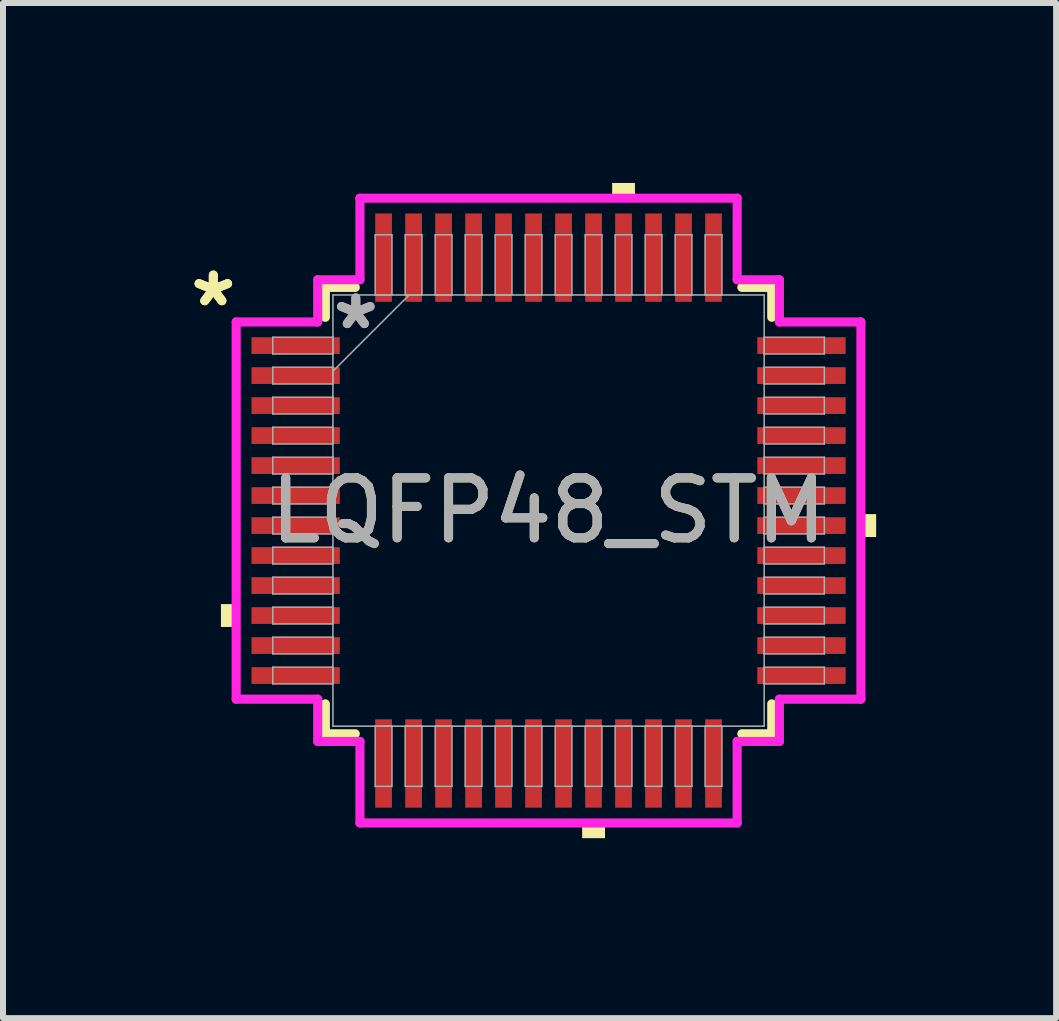
<source format=kicad_pcb>
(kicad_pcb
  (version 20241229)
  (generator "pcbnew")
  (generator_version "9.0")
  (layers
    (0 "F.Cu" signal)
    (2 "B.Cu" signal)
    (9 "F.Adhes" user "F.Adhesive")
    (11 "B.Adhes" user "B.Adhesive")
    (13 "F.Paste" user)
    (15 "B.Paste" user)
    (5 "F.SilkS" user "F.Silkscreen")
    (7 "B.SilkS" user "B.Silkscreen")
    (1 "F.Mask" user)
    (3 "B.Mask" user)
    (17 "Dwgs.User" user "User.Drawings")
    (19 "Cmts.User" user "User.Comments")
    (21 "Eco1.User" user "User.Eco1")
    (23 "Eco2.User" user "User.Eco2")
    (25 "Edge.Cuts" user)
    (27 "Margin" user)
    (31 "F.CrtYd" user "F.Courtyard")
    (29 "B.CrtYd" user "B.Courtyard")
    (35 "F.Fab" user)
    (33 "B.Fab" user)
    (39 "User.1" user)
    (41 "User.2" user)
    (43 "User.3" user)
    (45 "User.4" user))
  (footprint "LQFP48_STM"
    (layer "F.Cu")
    (at 6.094 5.461)
    (property "Reference" "LQFP48_STM" (at 0 0 0) (unlocked yes) (layer "F.SilkS") (effects (font (size 1 1) (thickness 0.15))))
    (attr smd)
    (fp_line (start -3.721 -3.721) (end -3.721 -3.222) (stroke (width 0.152) (type solid)) (layer "F.SilkS"))
    (fp_line (start -3.721 3.222) (end -3.721 3.721) (stroke (width 0.152) (type solid)) (layer "F.SilkS"))
    (fp_line (start -3.721 3.721) (end -3.222 3.721) (stroke (width 0.152) (type solid)) (layer "F.SilkS"))
    (fp_line (start -3.222 -3.721) (end -3.721 -3.721) (stroke (width 0.152) (type solid)) (layer "F.SilkS"))
    (fp_line (start 3.222 3.721) (end 3.721 3.721) (stroke (width 0.152) (type solid)) (layer "F.SilkS"))
    (fp_line (start 3.721 -3.721) (end 3.222 -3.721) (stroke (width 0.152) (type solid)) (layer "F.SilkS"))
    (fp_line (start 3.721 -3.222) (end 3.721 -3.721) (stroke (width 0.152) (type solid)) (layer "F.SilkS"))
    (fp_line (start 3.721 3.721) (end 3.721 3.222) (stroke (width 0.152) (type solid)) (layer "F.SilkS"))
    (fp_poly (pts (xy -5.461 1.559) (xy -5.461 1.94) (xy -5.207 1.94) (xy -5.207 1.559)) (stroke (width 0) (type solid)) (fill yes) (layer "F.SilkS"))
    (fp_poly (pts (xy 0.56 5.207) (xy 0.56 5.461) (xy 0.941 5.461) (xy 0.941 5.207)) (stroke (width 0) (type solid)) (fill yes) (layer "F.SilkS"))
    (fp_poly (pts (xy 1.06 -5.207) (xy 1.06 -5.461) (xy 1.44 -5.461) (xy 1.44 -5.207)) (stroke (width 0) (type solid)) (fill yes) (layer "F.SilkS"))
    (fp_poly (pts (xy 5.461 0.059) (xy 5.461 0.441) (xy 5.207 0.441) (xy 5.207 0.059)) (stroke (width 0) (type solid)) (fill yes) (layer "F.SilkS"))
    (fp_line (start -5.207 -3.144) (end -3.848 -3.144) (stroke (width 0.152) (type solid)) (layer "F.CrtYd"))
    (fp_line (start -5.207 3.144) (end -5.207 -3.144) (stroke (width 0.152) (type solid)) (layer "F.CrtYd"))
    (fp_line (start -3.848 -3.848) (end -3.144 -3.848) (stroke (width 0.152) (type solid)) (layer "F.CrtYd"))
    (fp_line (start -3.848 -3.144) (end -3.848 -3.848) (stroke (width 0.152) (type solid)) (layer "F.CrtYd"))
    (fp_line (start -3.848 3.144) (end -5.207 3.144) (stroke (width 0.152) (type solid)) (layer "F.CrtYd"))
    (fp_line (start -3.848 3.848) (end -3.848 3.144) (stroke (width 0.152) (type solid)) (layer "F.CrtYd"))
    (fp_line (start -3.848 3.848) (end -3.144 3.848) (stroke (width 0.152) (type solid)) (layer "F.CrtYd"))
    (fp_line (start -3.144 -5.207) (end 3.144 -5.207) (stroke (width 0.152) (type solid)) (layer "F.CrtYd"))
    (fp_line (start -3.144 -3.848) (end -3.144 -5.207) (stroke (width 0.152) (type solid)) (layer "F.CrtYd"))
    (fp_line (start -3.144 3.848) (end -3.144 5.207) (stroke (width 0.152) (type solid)) (layer "F.CrtYd"))
    (fp_line (start -3.144 5.207) (end 3.144 5.207) (stroke (width 0.152) (type solid)) (layer "F.CrtYd"))
    (fp_line (start 3.144 -5.207) (end 3.144 -3.848) (stroke (width 0.152) (type solid)) (layer "F.CrtYd"))
    (fp_line (start 3.144 -3.848) (end 3.848 -3.848) (stroke (width 0.152) (type solid)) (layer "F.CrtYd"))
    (fp_line (start 3.144 3.848) (end 3.848 3.848) (stroke (width 0.152) (type solid)) (layer "F.CrtYd"))
    (fp_line (start 3.144 5.207) (end 3.144 3.848) (stroke (width 0.152) (type solid)) (layer "F.CrtYd"))
    (fp_line (start 3.848 -3.144) (end 3.848 -3.848) (stroke (width 0.152) (type solid)) (layer "F.CrtYd"))
    (fp_line (start 3.848 3.144) (end 5.207 3.144) (stroke (width 0.152) (type solid)) (layer "F.CrtYd"))
    (fp_line (start 3.848 3.848) (end 3.848 3.144) (stroke (width 0.152) (type solid)) (layer "F.CrtYd"))
    (fp_line (start 5.207 -3.144) (end 3.848 -3.144) (stroke (width 0.152) (type solid)) (layer "F.CrtYd"))
    (fp_line (start 5.207 3.144) (end 5.207 -3.144) (stroke (width 0.152) (type solid)) (layer "F.CrtYd"))
    (fp_line (start -4.597 -2.89) (end -4.597 -2.61) (stroke (width 0.025) (type solid)) (layer "F.Fab"))
    (fp_line (start -4.597 -2.61) (end -3.594 -2.61) (stroke (width 0.025) (type solid)) (layer "F.Fab"))
    (fp_line (start -4.597 -2.39) (end -4.597 -2.11) (stroke (width 0.025) (type solid)) (layer "F.Fab"))
    (fp_line (start -4.597 -2.11) (end -3.594 -2.11) (stroke (width 0.025) (type solid)) (layer "F.Fab"))
    (fp_line (start -4.597 -1.89) (end -4.597 -1.61) (stroke (width 0.025) (type solid)) (layer "F.Fab"))
    (fp_line (start -4.597 -1.61) (end -3.594 -1.61) (stroke (width 0.025) (type solid)) (layer "F.Fab"))
    (fp_line (start -4.597 -1.39) (end -4.597 -1.11) (stroke (width 0.025) (type solid)) (layer "F.Fab"))
    (fp_line (start -4.597 -1.11) (end -3.594 -1.11) (stroke (width 0.025) (type solid)) (layer "F.Fab"))
    (fp_line (start -4.597 -0.89) (end -4.597 -0.61) (stroke (width 0.025) (type solid)) (layer "F.Fab"))
    (fp_line (start -4.597 -0.61) (end -3.594 -0.61) (stroke (width 0.025) (type solid)) (layer "F.Fab"))
    (fp_line (start -4.597 -0.39) (end -4.597 -0.11) (stroke (width 0.025) (type solid)) (layer "F.Fab"))
    (fp_line (start -4.597 -0.11) (end -3.594 -0.11) (stroke (width 0.025) (type solid)) (layer "F.Fab"))
    (fp_line (start -4.597 0.11) (end -4.597 0.39) (stroke (width 0.025) (type solid)) (layer "F.Fab"))
    (fp_line (start -4.597 0.39) (end -3.594 0.39) (stroke (width 0.025) (type solid)) (layer "F.Fab"))
    (fp_line (start -4.597 0.61) (end -4.597 0.89) (stroke (width 0.025) (type solid)) (layer "F.Fab"))
    (fp_line (start -4.597 0.89) (end -3.594 0.89) (stroke (width 0.025) (type solid)) (layer "F.Fab"))
    (fp_line (start -4.597 1.11) (end -4.597 1.39) (stroke (width 0.025) (type solid)) (layer "F.Fab"))
    (fp_line (start -4.597 1.39) (end -3.594 1.39) (stroke (width 0.025) (type solid)) (layer "F.Fab"))
    (fp_line (start -4.597 1.61) (end -4.597 1.89) (stroke (width 0.025) (type solid)) (layer "F.Fab"))
    (fp_line (start -4.597 1.89) (end -3.594 1.89) (stroke (width 0.025) (type solid)) (layer "F.Fab"))
    (fp_line (start -4.597 2.11) (end -4.597 2.39) (stroke (width 0.025) (type solid)) (layer "F.Fab"))
    (fp_line (start -4.597 2.39) (end -3.594 2.39) (stroke (width 0.025) (type solid)) (layer "F.Fab"))
    (fp_line (start -4.597 2.61) (end -4.597 2.89) (stroke (width 0.025) (type solid)) (layer "F.Fab"))
    (fp_line (start -4.597 2.89) (end -3.594 2.89) (stroke (width 0.025) (type solid)) (layer "F.Fab"))
    (fp_line (start -3.594 -3.594) (end -3.594 3.594) (stroke (width 0.025) (type solid)) (layer "F.Fab"))
    (fp_line (start -3.594 -2.89) (end -4.597 -2.89) (stroke (width 0.025) (type solid)) (layer "F.Fab"))
    (fp_line (start -3.594 -2.61) (end -3.594 -2.89) (stroke (width 0.025) (type solid)) (layer "F.Fab"))
    (fp_line (start -3.594 -2.39) (end -4.597 -2.39) (stroke (width 0.025) (type solid)) (layer "F.Fab"))
    (fp_line (start -3.594 -2.324) (end -2.324 -3.594) (stroke (width 0.025) (type solid)) (layer "F.Fab"))
    (fp_line (start -3.594 -2.11) (end -3.594 -2.39) (stroke (width 0.025) (type solid)) (layer "F.Fab"))
    (fp_line (start -3.594 -1.89) (end -4.597 -1.89) (stroke (width 0.025) (type solid)) (layer "F.Fab"))
    (fp_line (start -3.594 -1.61) (end -3.594 -1.89) (stroke (width 0.025) (type solid)) (layer "F.Fab"))
    (fp_line (start -3.594 -1.39) (end -4.597 -1.39) (stroke (width 0.025) (type solid)) (layer "F.Fab"))
    (fp_line (start -3.594 -1.11) (end -3.594 -1.39) (stroke (width 0.025) (type solid)) (layer "F.Fab"))
    (fp_line (start -3.594 -0.89) (end -4.597 -0.89) (stroke (width 0.025) (type solid)) (layer "F.Fab"))
    (fp_line (start -3.594 -0.61) (end -3.594 -0.89) (stroke (width 0.025) (type solid)) (layer "F.Fab"))
    (fp_line (start -3.594 -0.39) (end -4.597 -0.39) (stroke (width 0.025) (type solid)) (layer "F.Fab"))
    (fp_line (start -3.594 -0.11) (end -3.594 -0.39) (stroke (width 0.025) (type solid)) (layer "F.Fab"))
    (fp_line (start -3.594 0.11) (end -4.597 0.11) (stroke (width 0.025) (type solid)) (layer "F.Fab"))
    (fp_line (start -3.594 0.39) (end -3.594 0.11) (stroke (width 0.025) (type solid)) (layer "F.Fab"))
    (fp_line (start -3.594 0.61) (end -4.597 0.61) (stroke (width 0.025) (type solid)) (layer "F.Fab"))
    (fp_line (start -3.594 0.89) (end -3.594 0.61) (stroke (width 0.025) (type solid)) (layer "F.Fab"))
    (fp_line (start -3.594 1.11) (end -4.597 1.11) (stroke (width 0.025) (type solid)) (layer "F.Fab"))
    (fp_line (start -3.594 1.39) (end -3.594 1.11) (stroke (width 0.025) (type solid)) (layer "F.Fab"))
    (fp_line (start -3.594 1.61) (end -4.597 1.61) (stroke (width 0.025) (type solid)) (layer "F.Fab"))
    (fp_line (start -3.594 1.89) (end -3.594 1.61) (stroke (width 0.025) (type solid)) (layer "F.Fab"))
    (fp_line (start -3.594 2.11) (end -4.597 2.11) (stroke (width 0.025) (type solid)) (layer "F.Fab"))
    (fp_line (start -3.594 2.39) (end -3.594 2.11) (stroke (width 0.025) (type solid)) (layer "F.Fab"))
    (fp_line (start -3.594 2.61) (end -4.597 2.61) (stroke (width 0.025) (type solid)) (layer "F.Fab"))
    (fp_line (start -3.594 2.89) (end -3.594 2.61) (stroke (width 0.025) (type solid)) (layer "F.Fab"))
    (fp_line (start -3.594 3.594) (end 3.594 3.594) (stroke (width 0.025) (type solid)) (layer "F.Fab"))
    (fp_line (start -2.89 -4.597) (end -2.89 -3.594) (stroke (width 0.025) (type solid)) (layer "F.Fab"))
    (fp_line (start -2.89 -3.594) (end -2.61 -3.594) (stroke (width 0.025) (type solid)) (layer "F.Fab"))
    (fp_line (start -2.89 3.594) (end -2.89 4.597) (stroke (width 0.025) (type solid)) (layer "F.Fab"))
    (fp_line (start -2.89 4.597) (end -2.61 4.597) (stroke (width 0.025) (type solid)) (layer "F.Fab"))
    (fp_line (start -2.61 -4.597) (end -2.89 -4.597) (stroke (width 0.025) (type solid)) (layer "F.Fab"))
    (fp_line (start -2.61 -3.594) (end -2.61 -4.597) (stroke (width 0.025) (type solid)) (layer "F.Fab"))
    (fp_line (start -2.61 3.594) (end -2.89 3.594) (stroke (width 0.025) (type solid)) (layer "F.Fab"))
    (fp_line (start -2.61 4.597) (end -2.61 3.594) (stroke (width 0.025) (type solid)) (layer "F.Fab"))
    (fp_line (start -2.39 -4.597) (end -2.39 -3.594) (stroke (width 0.025) (type solid)) (layer "F.Fab"))
    (fp_line (start -2.39 -3.594) (end -2.11 -3.594) (stroke (width 0.025) (type solid)) (layer "F.Fab"))
    (fp_line (start -2.39 3.594) (end -2.39 4.597) (stroke (width 0.025) (type solid)) (layer "F.Fab"))
    (fp_line (start -2.39 4.597) (end -2.11 4.597) (stroke (width 0.025) (type solid)) (layer "F.Fab"))
    (fp_line (start -2.11 -4.597) (end -2.39 -4.597) (stroke (width 0.025) (type solid)) (layer "F.Fab"))
    (fp_line (start -2.11 -3.594) (end -2.11 -4.597) (stroke (width 0.025) (type solid)) (layer "F.Fab"))
    (fp_line (start -2.11 3.594) (end -2.39 3.594) (stroke (width 0.025) (type solid)) (layer "F.Fab"))
    (fp_line (start -2.11 4.597) (end -2.11 3.594) (stroke (width 0.025) (type solid)) (layer "F.Fab"))
    (fp_line (start -1.89 -4.597) (end -1.89 -3.594) (stroke (width 0.025) (type solid)) (layer "F.Fab"))
    (fp_line (start -1.89 -3.594) (end -1.61 -3.594) (stroke (width 0.025) (type solid)) (layer "F.Fab"))
    (fp_line (start -1.89 3.594) (end -1.89 4.597) (stroke (width 0.025) (type solid)) (layer "F.Fab"))
    (fp_line (start -1.89 4.597) (end -1.61 4.597) (stroke (width 0.025) (type solid)) (layer "F.Fab"))
    (fp_line (start -1.61 -4.597) (end -1.89 -4.597) (stroke (width 0.025) (type solid)) (layer "F.Fab"))
    (fp_line (start -1.61 -3.594) (end -1.61 -4.597) (stroke (width 0.025) (type solid)) (layer "F.Fab"))
    (fp_line (start -1.61 3.594) (end -1.89 3.594) (stroke (width 0.025) (type solid)) (layer "F.Fab"))
    (fp_line (start -1.61 4.597) (end -1.61 3.594) (stroke (width 0.025) (type solid)) (layer "F.Fab"))
    (fp_line (start -1.39 -4.597) (end -1.39 -3.594) (stroke (width 0.025) (type solid)) (layer "F.Fab"))
    (fp_line (start -1.39 -3.594) (end -1.11 -3.594) (stroke (width 0.025) (type solid)) (layer "F.Fab"))
    (fp_line (start -1.39 3.594) (end -1.39 4.597) (stroke (width 0.025) (type solid)) (layer "F.Fab"))
    (fp_line (start -1.39 4.597) (end -1.11 4.597) (stroke (width 0.025) (type solid)) (layer "F.Fab"))
    (fp_line (start -1.11 -4.597) (end -1.39 -4.597) (stroke (width 0.025) (type solid)) (layer "F.Fab"))
    (fp_line (start -1.11 -3.594) (end -1.11 -4.597) (stroke (width 0.025) (type solid)) (layer "F.Fab"))
    (fp_line (start -1.11 3.594) (end -1.39 3.594) (stroke (width 0.025) (type solid)) (layer "F.Fab"))
    (fp_line (start -1.11 4.597) (end -1.11 3.594) (stroke (width 0.025) (type solid)) (layer "F.Fab"))
    (fp_line (start -0.89 -4.597) (end -0.89 -3.594) (stroke (width 0.025) (type solid)) (layer "F.Fab"))
    (fp_line (start -0.89 -3.594) (end -0.61 -3.594) (stroke (width 0.025) (type solid)) (layer "F.Fab"))
    (fp_line (start -0.89 3.594) (end -0.89 4.597) (stroke (width 0.025) (type solid)) (layer "F.Fab"))
    (fp_line (start -0.89 4.597) (end -0.61 4.597) (stroke (width 0.025) (type solid)) (layer "F.Fab"))
    (fp_line (start -0.61 -4.597) (end -0.89 -4.597) (stroke (width 0.025) (type solid)) (layer "F.Fab"))
    (fp_line (start -0.61 -3.594) (end -0.61 -4.597) (stroke (width 0.025) (type solid)) (layer "F.Fab"))
    (fp_line (start -0.61 3.594) (end -0.89 3.594) (stroke (width 0.025) (type solid)) (layer "F.Fab"))
    (fp_line (start -0.61 4.597) (end -0.61 3.594) (stroke (width 0.025) (type solid)) (layer "F.Fab"))
    (fp_line (start -0.39 -4.597) (end -0.39 -3.594) (stroke (width 0.025) (type solid)) (layer "F.Fab"))
    (fp_line (start -0.39 -3.594) (end -0.11 -3.594) (stroke (width 0.025) (type solid)) (layer "F.Fab"))
    (fp_line (start -0.39 3.594) (end -0.39 4.597) (stroke (width 0.025) (type solid)) (layer "F.Fab"))
    (fp_line (start -0.39 4.597) (end -0.11 4.597) (stroke (width 0.025) (type solid)) (layer "F.Fab"))
    (fp_line (start -0.11 -4.597) (end -0.39 -4.597) (stroke (width 0.025) (type solid)) (layer "F.Fab"))
    (fp_line (start -0.11 -3.594) (end -0.11 -4.597) (stroke (width 0.025) (type solid)) (layer "F.Fab"))
    (fp_line (start -0.11 3.594) (end -0.39 3.594) (stroke (width 0.025) (type solid)) (layer "F.Fab"))
    (fp_line (start -0.11 4.597) (end -0.11 3.594) (stroke (width 0.025) (type solid)) (layer "F.Fab"))
    (fp_line (start 0.11 -4.597) (end 0.11 -3.594) (stroke (width 0.025) (type solid)) (layer "F.Fab"))
    (fp_line (start 0.11 -3.594) (end 0.39 -3.594) (stroke (width 0.025) (type solid)) (layer "F.Fab"))
    (fp_line (start 0.11 3.594) (end 0.11 4.597) (stroke (width 0.025) (type solid)) (layer "F.Fab"))
    (fp_line (start 0.11 4.597) (end 0.39 4.597) (stroke (width 0.025) (type solid)) (layer "F.Fab"))
    (fp_line (start 0.39 -4.597) (end 0.11 -4.597) (stroke (width 0.025) (type solid)) (layer "F.Fab"))
    (fp_line (start 0.39 -3.594) (end 0.39 -4.597) (stroke (width 0.025) (type solid)) (layer "F.Fab"))
    (fp_line (start 0.39 3.594) (end 0.11 3.594) (stroke (width 0.025) (type solid)) (layer "F.Fab"))
    (fp_line (start 0.39 4.597) (end 0.39 3.594) (stroke (width 0.025) (type solid)) (layer "F.Fab"))
    (fp_line (start 0.61 -4.597) (end 0.61 -3.594) (stroke (width 0.025) (type solid)) (layer "F.Fab"))
    (fp_line (start 0.61 -3.594) (end 0.89 -3.594) (stroke (width 0.025) (type solid)) (layer "F.Fab"))
    (fp_line (start 0.61 3.594) (end 0.61 4.597) (stroke (width 0.025) (type solid)) (layer "F.Fab"))
    (fp_line (start 0.61 4.597) (end 0.89 4.597) (stroke (width 0.025) (type solid)) (layer "F.Fab"))
    (fp_line (start 0.89 -4.597) (end 0.61 -4.597) (stroke (width 0.025) (type solid)) (layer "F.Fab"))
    (fp_line (start 0.89 -3.594) (end 0.89 -4.597) (stroke (width 0.025) (type solid)) (layer "F.Fab"))
    (fp_line (start 0.89 3.594) (end 0.61 3.594) (stroke (width 0.025) (type solid)) (layer "F.Fab"))
    (fp_line (start 0.89 4.597) (end 0.89 3.594) (stroke (width 0.025) (type solid)) (layer "F.Fab"))
    (fp_line (start 1.11 -4.597) (end 1.11 -3.594) (stroke (width 0.025) (type solid)) (layer "F.Fab"))
    (fp_line (start 1.11 -3.594) (end 1.39 -3.594) (stroke (width 0.025) (type solid)) (layer "F.Fab"))
    (fp_line (start 1.11 3.594) (end 1.11 4.597) (stroke (width 0.025) (type solid)) (layer "F.Fab"))
    (fp_line (start 1.11 4.597) (end 1.39 4.597) (stroke (width 0.025) (type solid)) (layer "F.Fab"))
    (fp_line (start 1.39 -4.597) (end 1.11 -4.597) (stroke (width 0.025) (type solid)) (layer "F.Fab"))
    (fp_line (start 1.39 -3.594) (end 1.39 -4.597) (stroke (width 0.025) (type solid)) (layer "F.Fab"))
    (fp_line (start 1.39 3.594) (end 1.11 3.594) (stroke (width 0.025) (type solid)) (layer "F.Fab"))
    (fp_line (start 1.39 4.597) (end 1.39 3.594) (stroke (width 0.025) (type solid)) (layer "F.Fab"))
    (fp_line (start 1.61 -4.597) (end 1.61 -3.594) (stroke (width 0.025) (type solid)) (layer "F.Fab"))
    (fp_line (start 1.61 -3.594) (end 1.89 -3.594) (stroke (width 0.025) (type solid)) (layer "F.Fab"))
    (fp_line (start 1.61 3.594) (end 1.61 4.597) (stroke (width 0.025) (type solid)) (layer "F.Fab"))
    (fp_line (start 1.61 4.597) (end 1.89 4.597) (stroke (width 0.025) (type solid)) (layer "F.Fab"))
    (fp_line (start 1.89 -4.597) (end 1.61 -4.597) (stroke (width 0.025) (type solid)) (layer "F.Fab"))
    (fp_line (start 1.89 -3.594) (end 1.89 -4.597) (stroke (width 0.025) (type solid)) (layer "F.Fab"))
    (fp_line (start 1.89 3.594) (end 1.61 3.594) (stroke (width 0.025) (type solid)) (layer "F.Fab"))
    (fp_line (start 1.89 4.597) (end 1.89 3.594) (stroke (width 0.025) (type solid)) (layer "F.Fab"))
    (fp_line (start 2.11 -4.597) (end 2.11 -3.594) (stroke (width 0.025) (type solid)) (layer "F.Fab"))
    (fp_line (start 2.11 -3.594) (end 2.39 -3.594) (stroke (width 0.025) (type solid)) (layer "F.Fab"))
    (fp_line (start 2.11 3.594) (end 2.11 4.597) (stroke (width 0.025) (type solid)) (layer "F.Fab"))
    (fp_line (start 2.11 4.597) (end 2.39 4.597) (stroke (width 0.025) (type solid)) (layer "F.Fab"))
    (fp_line (start 2.39 -4.597) (end 2.11 -4.597) (stroke (width 0.025) (type solid)) (layer "F.Fab"))
    (fp_line (start 2.39 -3.594) (end 2.39 -4.597) (stroke (width 0.025) (type solid)) (layer "F.Fab"))
    (fp_line (start 2.39 3.594) (end 2.11 3.594) (stroke (width 0.025) (type solid)) (layer "F.Fab"))
    (fp_line (start 2.39 4.597) (end 2.39 3.594) (stroke (width 0.025) (type solid)) (layer "F.Fab"))
    (fp_line (start 2.61 -4.597) (end 2.61 -3.594) (stroke (width 0.025) (type solid)) (layer "F.Fab"))
    (fp_line (start 2.61 -3.594) (end 2.89 -3.594) (stroke (width 0.025) (type solid)) (layer "F.Fab"))
    (fp_line (start 2.61 3.594) (end 2.61 4.597) (stroke (width 0.025) (type solid)) (layer "F.Fab"))
    (fp_line (start 2.61 4.597) (end 2.89 4.597) (stroke (width 0.025) (type solid)) (layer "F.Fab"))
    (fp_line (start 2.89 -4.597) (end 2.61 -4.597) (stroke (width 0.025) (type solid)) (layer "F.Fab"))
    (fp_line (start 2.89 -3.594) (end 2.89 -4.597) (stroke (width 0.025) (type solid)) (layer "F.Fab"))
    (fp_line (start 2.89 3.594) (end 2.61 3.594) (stroke (width 0.025) (type solid)) (layer "F.Fab"))
    (fp_line (start 2.89 4.597) (end 2.89 3.594) (stroke (width 0.025) (type solid)) (layer "F.Fab"))
    (fp_line (start 3.594 -3.594) (end -3.594 -3.594) (stroke (width 0.025) (type solid)) (layer "F.Fab"))
    (fp_line (start 3.594 -2.89) (end 3.594 -2.61) (stroke (width 0.025) (type solid)) (layer "F.Fab"))
    (fp_line (start 3.594 -2.61) (end 4.597 -2.61) (stroke (width 0.025) (type solid)) (layer "F.Fab"))
    (fp_line (start 3.594 -2.39) (end 3.594 -2.11) (stroke (width 0.025) (type solid)) (layer "F.Fab"))
    (fp_line (start 3.594 -2.11) (end 4.597 -2.11) (stroke (width 0.025) (type solid)) (layer "F.Fab"))
    (fp_line (start 3.594 -1.89) (end 3.594 -1.61) (stroke (width 0.025) (type solid)) (layer "F.Fab"))
    (fp_line (start 3.594 -1.61) (end 4.597 -1.61) (stroke (width 0.025) (type solid)) (layer "F.Fab"))
    (fp_line (start 3.594 -1.39) (end 3.594 -1.11) (stroke (width 0.025) (type solid)) (layer "F.Fab"))
    (fp_line (start 3.594 -1.11) (end 4.597 -1.11) (stroke (width 0.025) (type solid)) (layer "F.Fab"))
    (fp_line (start 3.594 -0.89) (end 3.594 -0.61) (stroke (width 0.025) (type solid)) (layer "F.Fab"))
    (fp_line (start 3.594 -0.61) (end 4.597 -0.61) (stroke (width 0.025) (type solid)) (layer "F.Fab"))
    (fp_line (start 3.594 -0.39) (end 3.594 -0.11) (stroke (width 0.025) (type solid)) (layer "F.Fab"))
    (fp_line (start 3.594 -0.11) (end 4.597 -0.11) (stroke (width 0.025) (type solid)) (layer "F.Fab"))
    (fp_line (start 3.594 0.11) (end 3.594 0.39) (stroke (width 0.025) (type solid)) (layer "F.Fab"))
    (fp_line (start 3.594 0.39) (end 4.597 0.39) (stroke (width 0.025) (type solid)) (layer "F.Fab"))
    (fp_line (start 3.594 0.61) (end 3.594 0.89) (stroke (width 0.025) (type solid)) (layer "F.Fab"))
    (fp_line (start 3.594 0.89) (end 4.597 0.89) (stroke (width 0.025) (type solid)) (layer "F.Fab"))
    (fp_line (start 3.594 1.11) (end 3.594 1.39) (stroke (width 0.025) (type solid)) (layer "F.Fab"))
    (fp_line (start 3.594 1.39) (end 4.597 1.39) (stroke (width 0.025) (type solid)) (layer "F.Fab"))
    (fp_line (start 3.594 1.61) (end 3.594 1.89) (stroke (width 0.025) (type solid)) (layer "F.Fab"))
    (fp_line (start 3.594 1.89) (end 4.597 1.89) (stroke (width 0.025) (type solid)) (layer "F.Fab"))
    (fp_line (start 3.594 2.11) (end 3.594 2.39) (stroke (width 0.025) (type solid)) (layer "F.Fab"))
    (fp_line (start 3.594 2.39) (end 4.597 2.39) (stroke (width 0.025) (type solid)) (layer "F.Fab"))
    (fp_line (start 3.594 2.61) (end 3.594 2.89) (stroke (width 0.025) (type solid)) (layer "F.Fab"))
    (fp_line (start 3.594 2.89) (end 4.597 2.89) (stroke (width 0.025) (type solid)) (layer "F.Fab"))
    (fp_line (start 3.594 3.594) (end 3.594 -3.594) (stroke (width 0.025) (type solid)) (layer "F.Fab"))
    (fp_line (start 4.597 -2.89) (end 3.594 -2.89) (stroke (width 0.025) (type solid)) (layer "F.Fab"))
    (fp_line (start 4.597 -2.61) (end 4.597 -2.89) (stroke (width 0.025) (type solid)) (layer "F.Fab"))
    (fp_line (start 4.597 -2.39) (end 3.594 -2.39) (stroke (width 0.025) (type solid)) (layer "F.Fab"))
    (fp_line (start 4.597 -2.11) (end 4.597 -2.39) (stroke (width 0.025) (type solid)) (layer "F.Fab"))
    (fp_line (start 4.597 -1.89) (end 3.594 -1.89) (stroke (width 0.025) (type solid)) (layer "F.Fab"))
    (fp_line (start 4.597 -1.61) (end 4.597 -1.89) (stroke (width 0.025) (type solid)) (layer "F.Fab"))
    (fp_line (start 4.597 -1.39) (end 3.594 -1.39) (stroke (width 0.025) (type solid)) (layer "F.Fab"))
    (fp_line (start 4.597 -1.11) (end 4.597 -1.39) (stroke (width 0.025) (type solid)) (layer "F.Fab"))
    (fp_line (start 4.597 -0.89) (end 3.594 -0.89) (stroke (width 0.025) (type solid)) (layer "F.Fab"))
    (fp_line (start 4.597 -0.61) (end 4.597 -0.89) (stroke (width 0.025) (type solid)) (layer "F.Fab"))
    (fp_line (start 4.597 -0.39) (end 3.594 -0.39) (stroke (width 0.025) (type solid)) (layer "F.Fab"))
    (fp_line (start 4.597 -0.11) (end 4.597 -0.39) (stroke (width 0.025) (type solid)) (layer "F.Fab"))
    (fp_line (start 4.597 0.11) (end 3.594 0.11) (stroke (width 0.025) (type solid)) (layer "F.Fab"))
    (fp_line (start 4.597 0.39) (end 4.597 0.11) (stroke (width 0.025) (type solid)) (layer "F.Fab"))
    (fp_line (start 4.597 0.61) (end 3.594 0.61) (stroke (width 0.025) (type solid)) (layer "F.Fab"))
    (fp_line (start 4.597 0.89) (end 4.597 0.61) (stroke (width 0.025) (type solid)) (layer "F.Fab"))
    (fp_line (start 4.597 1.11) (end 3.594 1.11) (stroke (width 0.025) (type solid)) (layer "F.Fab"))
    (fp_line (start 4.597 1.39) (end 4.597 1.11) (stroke (width 0.025) (type solid)) (layer "F.Fab"))
    (fp_line (start 4.597 1.61) (end 3.594 1.61) (stroke (width 0.025) (type solid)) (layer "F.Fab"))
    (fp_line (start 4.597 1.89) (end 4.597 1.61) (stroke (width 0.025) (type solid)) (layer "F.Fab"))
    (fp_line (start 4.597 2.11) (end 3.594 2.11) (stroke (width 0.025) (type solid)) (layer "F.Fab"))
    (fp_line (start 4.597 2.39) (end 4.597 2.11) (stroke (width 0.025) (type solid)) (layer "F.Fab"))
    (fp_line (start 4.597 2.61) (end 3.594 2.61) (stroke (width 0.025) (type solid)) (layer "F.Fab"))
    (fp_line (start 4.597 2.89) (end 4.597 2.61) (stroke (width 0.025) (type solid)) (layer "F.Fab"))
    (fp_text user "*" (at -5.588 -3.381 0) (unlocked yes) (layer "F.SilkS") (effects (font (size 1 1) (thickness 0.15))))
    (fp_text user "*" (at -5.588 -3.381 0) (layer "F.SilkS") (effects (font (size 1 1) (thickness 0.15))))
    (fp_text user "${REFERENCE}" (at 0 0 0) (unlocked yes) (layer "F.Fab") (effects (font (size 1 1) (thickness 0.15))))
    (fp_text user "*" (at -3.213 -3 0) (layer "F.Fab") (effects (font (size 1 1) (thickness 0.15))))
    (fp_text user "*" (at -3.213 -3 0) (unlocked yes) (layer "F.Fab") (effects (font (size 1 1) (thickness 0.15))))
    (pad "1" smd rect (at -4.216 -2.75 90) (size 0.279 1.473) (layers "F.Cu" "F.Mask" "F.Paste"))
    (pad "2" smd rect (at -4.216 -2.25 90) (size 0.279 1.473) (layers "F.Cu" "F.Mask" "F.Paste"))
    (pad "3" smd rect (at -4.216 -1.75 90) (size 0.279 1.473) (layers "F.Cu" "F.Mask" "F.Paste"))
    (pad "4" smd rect (at -4.216 -1.25 90) (size 0.279 1.473) (layers "F.Cu" "F.Mask" "F.Paste"))
    (pad "5" smd rect (at -4.216 -0.75 90) (size 0.279 1.473) (layers "F.Cu" "F.Mask" "F.Paste"))
    (pad "6" smd rect (at -4.216 -0.25 90) (size 0.279 1.473) (layers "F.Cu" "F.Mask" "F.Paste"))
    (pad "7" smd rect (at -4.216 0.25 90) (size 0.279 1.473) (layers "F.Cu" "F.Mask" "F.Paste"))
    (pad "8" smd rect (at -4.216 0.75 90) (size 0.279 1.473) (layers "F.Cu" "F.Mask" "F.Paste"))
    (pad "9" smd rect (at -4.216 1.25 90) (size 0.279 1.473) (layers "F.Cu" "F.Mask" "F.Paste"))
    (pad "10" smd rect (at -4.216 1.75 90) (size 0.279 1.473) (layers "F.Cu" "F.Mask" "F.Paste"))
    (pad "11" smd rect (at -4.216 2.25 90) (size 0.279 1.473) (layers "F.Cu" "F.Mask" "F.Paste"))
    (pad "12" smd rect (at -4.216 2.75 90) (size 0.279 1.473) (layers "F.Cu" "F.Mask" "F.Paste"))
    (pad "13" smd rect (at -2.75 4.216) (size 0.279 1.473) (layers "F.Cu" "F.Mask" "F.Paste"))
    (pad "14" smd rect (at -2.25 4.216) (size 0.279 1.473) (layers "F.Cu" "F.Mask" "F.Paste"))
    (pad "15" smd rect (at -1.75 4.216) (size 0.279 1.473) (layers "F.Cu" "F.Mask" "F.Paste"))
    (pad "16" smd rect (at -1.25 4.216) (size 0.279 1.473) (layers "F.Cu" "F.Mask" "F.Paste"))
    (pad "17" smd rect (at -0.75 4.216) (size 0.279 1.473) (layers "F.Cu" "F.Mask" "F.Paste"))
    (pad "18" smd rect (at -0.25 4.216) (size 0.279 1.473) (layers "F.Cu" "F.Mask" "F.Paste"))
    (pad "19" smd rect (at 0.25 4.216) (size 0.279 1.473) (layers "F.Cu" "F.Mask" "F.Paste"))
    (pad "20" smd rect (at 0.75 4.216) (size 0.279 1.473) (layers "F.Cu" "F.Mask" "F.Paste"))
    (pad "21" smd rect (at 1.25 4.216) (size 0.279 1.473) (layers "F.Cu" "F.Mask" "F.Paste"))
    (pad "22" smd rect (at 1.75 4.216) (size 0.279 1.473) (layers "F.Cu" "F.Mask" "F.Paste"))
    (pad "23" smd rect (at 2.25 4.216) (size 0.279 1.473) (layers "F.Cu" "F.Mask" "F.Paste"))
    (pad "24" smd rect (at 2.75 4.216) (size 0.279 1.473) (layers "F.Cu" "F.Mask" "F.Paste"))
    (pad "25" smd rect (at 4.216 2.75 90) (size 0.279 1.473) (layers "F.Cu" "F.Mask" "F.Paste"))
    (pad "26" smd rect (at 4.216 2.25 90) (size 0.279 1.473) (layers "F.Cu" "F.Mask" "F.Paste"))
    (pad "27" smd rect (at 4.216 1.75 90) (size 0.279 1.473) (layers "F.Cu" "F.Mask" "F.Paste"))
    (pad "28" smd rect (at 4.216 1.25 90) (size 0.279 1.473) (layers "F.Cu" "F.Mask" "F.Paste"))
    (pad "29" smd rect (at 4.216 0.75 90) (size 0.279 1.473) (layers "F.Cu" "F.Mask" "F.Paste"))
    (pad "30" smd rect (at 4.216 0.25 90) (size 0.279 1.473) (layers "F.Cu" "F.Mask" "F.Paste"))
    (pad "31" smd rect (at 4.216 -0.25 90) (size 0.279 1.473) (layers "F.Cu" "F.Mask" "F.Paste"))
    (pad "32" smd rect (at 4.216 -0.75 90) (size 0.279 1.473) (layers "F.Cu" "F.Mask" "F.Paste"))
    (pad "33" smd rect (at 4.216 -1.25 90) (size 0.279 1.473) (layers "F.Cu" "F.Mask" "F.Paste"))
    (pad "34" smd rect (at 4.216 -1.75 90) (size 0.279 1.473) (layers "F.Cu" "F.Mask" "F.Paste"))
    (pad "35" smd rect (at 4.216 -2.25 90) (size 0.279 1.473) (layers "F.Cu" "F.Mask" "F.Paste"))
    (pad "36" smd rect (at 4.216 -2.75 90) (size 0.279 1.473) (layers "F.Cu" "F.Mask" "F.Paste"))
    (pad "37" smd rect (at 2.75 -4.216) (size 0.279 1.473) (layers "F.Cu" "F.Mask" "F.Paste"))
    (pad "38" smd rect (at 2.25 -4.216) (size 0.279 1.473) (layers "F.Cu" "F.Mask" "F.Paste"))
    (pad "39" smd rect (at 1.75 -4.216) (size 0.279 1.473) (layers "F.Cu" "F.Mask" "F.Paste"))
    (pad "40" smd rect (at 1.25 -4.216) (size 0.279 1.473) (layers "F.Cu" "F.Mask" "F.Paste"))
    (pad "41" smd rect (at 0.75 -4.216) (size 0.279 1.473) (layers "F.Cu" "F.Mask" "F.Paste"))
    (pad "42" smd rect (at 0.25 -4.216) (size 0.279 1.473) (layers "F.Cu" "F.Mask" "F.Paste"))
    (pad "43" smd rect (at -0.25 -4.216) (size 0.279 1.473) (layers "F.Cu" "F.Mask" "F.Paste"))
    (pad "44" smd rect (at -0.75 -4.216) (size 0.279 1.473) (layers "F.Cu" "F.Mask" "F.Paste"))
    (pad "45" smd rect (at -1.25 -4.216) (size 0.279 1.473) (layers "F.Cu" "F.Mask" "F.Paste"))
    (pad "46" smd rect (at -1.75 -4.216) (size 0.279 1.473) (layers "F.Cu" "F.Mask" "F.Paste"))
    (pad "47" smd rect (at -2.25 -4.216) (size 0.279 1.473) (layers "F.Cu" "F.Mask" "F.Paste"))
    (pad "48" smd rect (at -2.75 -4.216) (size 0.279 1.473) (layers "F.Cu" "F.Mask" "F.Paste")))
  (gr_rect
    (start -3 -3)
    (end 14.555 13.922)
    (stroke (width 0.1) (type default))
    (fill no)
    (layer "Edge.Cuts")))
</source>
